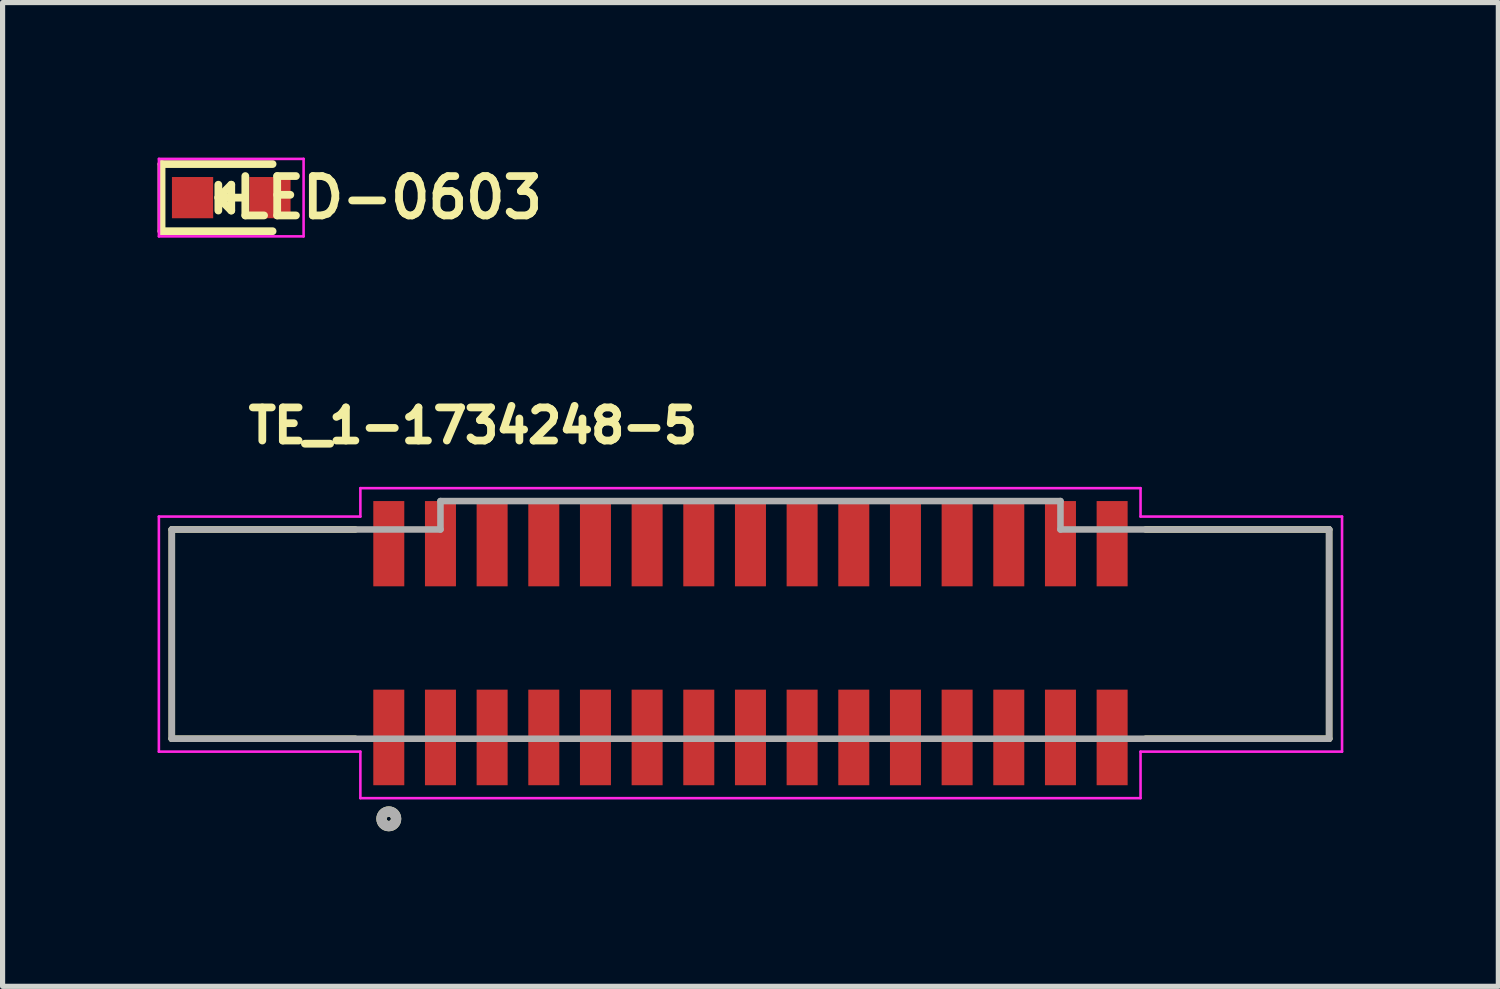
<source format=kicad_pcb>
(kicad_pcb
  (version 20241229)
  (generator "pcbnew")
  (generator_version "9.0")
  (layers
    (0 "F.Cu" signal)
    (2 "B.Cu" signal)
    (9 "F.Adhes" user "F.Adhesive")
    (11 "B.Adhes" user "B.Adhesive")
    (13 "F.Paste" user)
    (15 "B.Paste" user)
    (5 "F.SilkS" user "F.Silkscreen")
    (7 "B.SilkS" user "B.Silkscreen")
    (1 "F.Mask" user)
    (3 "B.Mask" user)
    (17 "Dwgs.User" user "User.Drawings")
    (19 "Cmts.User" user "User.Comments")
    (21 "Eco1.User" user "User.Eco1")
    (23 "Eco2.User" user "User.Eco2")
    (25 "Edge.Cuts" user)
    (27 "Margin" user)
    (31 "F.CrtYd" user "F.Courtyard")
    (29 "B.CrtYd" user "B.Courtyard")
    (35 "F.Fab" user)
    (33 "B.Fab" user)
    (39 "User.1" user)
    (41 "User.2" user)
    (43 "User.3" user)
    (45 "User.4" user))
  (footprint "TE_1-1734248-5"
    (layer "F.Cu")
    (at 11.475 9.198)
    (property "Reference" "TE_1-1734248-5" (at -5.373 -4.01 0) (layer "F.SilkS") (effects (font (size 0.641 0.641) (thickness 0.15))))
    (attr through_hole)
    (fp_line (start -11.2 -2) (end -7.65 -2) (stroke (width 0.127) (type solid)) (layer "F.SilkS"))
    (fp_line (start -11.2 2.05) (end -11.2 -2) (stroke (width 0.127) (type solid)) (layer "F.SilkS"))
    (fp_line (start -11.2 2.05) (end -7.65 2.05) (stroke (width 0.127) (type solid)) (layer "F.SilkS"))
    (fp_line (start 11.2 -2) (end 7.65 -2) (stroke (width 0.127) (type solid)) (layer "F.SilkS"))
    (fp_line (start 11.2 2.05) (end 7.65 2.05) (stroke (width 0.127) (type solid)) (layer "F.SilkS"))
    (fp_line (start 11.2 2.05) (end 11.2 -2) (stroke (width 0.127) (type solid)) (layer "F.SilkS"))
    (fp_circle (center -7 3.6) (end -6.859 3.6) (stroke (width 0.2) (type solid)) (fill no) (layer "F.SilkS"))
    (fp_line (start -11.45 -2.25) (end -7.55 -2.25) (stroke (width 0.05) (type solid)) (layer "F.CrtYd"))
    (fp_line (start -11.45 2.3) (end -11.45 -2.25) (stroke (width 0.05) (type solid)) (layer "F.CrtYd"))
    (fp_line (start -7.55 -2.8) (end 7.55 -2.8) (stroke (width 0.05) (type solid)) (layer "F.CrtYd"))
    (fp_line (start -7.55 -2.25) (end -7.55 -2.8) (stroke (width 0.05) (type solid)) (layer "F.CrtYd"))
    (fp_line (start -7.55 2.3) (end -11.45 2.3) (stroke (width 0.05) (type solid)) (layer "F.CrtYd"))
    (fp_line (start -7.55 3.2) (end -7.55 2.3) (stroke (width 0.05) (type solid)) (layer "F.CrtYd"))
    (fp_line (start 7.55 -2.8) (end 7.55 -2.25) (stroke (width 0.05) (type solid)) (layer "F.CrtYd"))
    (fp_line (start 7.55 -2.25) (end 11.45 -2.25) (stroke (width 0.05) (type solid)) (layer "F.CrtYd"))
    (fp_line (start 7.55 2.3) (end 7.55 3.2) (stroke (width 0.05) (type solid)) (layer "F.CrtYd"))
    (fp_line (start 7.55 3.2) (end -7.55 3.2) (stroke (width 0.05) (type solid)) (layer "F.CrtYd"))
    (fp_line (start 11.45 -2.25) (end 11.45 2.3) (stroke (width 0.05) (type solid)) (layer "F.CrtYd"))
    (fp_line (start 11.45 2.3) (end 7.55 2.3) (stroke (width 0.05) (type solid)) (layer "F.CrtYd"))
    (fp_line (start -11.2 -2) (end -6 -2) (stroke (width 0.127) (type solid)) (layer "F.Fab"))
    (fp_line (start -11.2 2.05) (end -11.2 -2) (stroke (width 0.127) (type solid)) (layer "F.Fab"))
    (fp_line (start -6 -2.55) (end 6 -2.55) (stroke (width 0.127) (type solid)) (layer "F.Fab"))
    (fp_line (start -6 -2) (end -6 -2.55) (stroke (width 0.127) (type solid)) (layer "F.Fab"))
    (fp_line (start 6 -2) (end 6 -2.55) (stroke (width 0.127) (type solid)) (layer "F.Fab"))
    (fp_line (start 11.2 -2) (end 6 -2) (stroke (width 0.127) (type solid)) (layer "F.Fab"))
    (fp_line (start 11.2 2.05) (end -11.2 2.05) (stroke (width 0.127) (type solid)) (layer "F.Fab"))
    (fp_line (start 11.2 2.05) (end 11.2 -2) (stroke (width 0.127) (type solid)) (layer "F.Fab"))
    (fp_circle (center -7 3.6) (end -6.859 3.6) (stroke (width 0.2) (type solid)) (fill no) (layer "F.Fab"))
    (pad "1" smd rect (at -7 2.025) (size 0.6 1.85) (layers "F.Cu" "F.Mask" "F.Paste"))
    (pad "1_1" smd rect (at -7 -1.725) (size 0.6 1.65) (layers "F.Cu" "F.Mask" "F.Paste"))
    (pad "2" smd rect (at -6 2.025) (size 0.6 1.85) (layers "F.Cu" "F.Mask" "F.Paste"))
    (pad "2_1" smd rect (at -6 -1.725) (size 0.6 1.65) (layers "F.Cu" "F.Mask" "F.Paste"))
    (pad "3" smd rect (at -5 2.025) (size 0.6 1.85) (layers "F.Cu" "F.Mask" "F.Paste"))
    (pad "3_1" smd rect (at -5 -1.725) (size 0.6 1.65) (layers "F.Cu" "F.Mask" "F.Paste"))
    (pad "4" smd rect (at -4 2.025) (size 0.6 1.85) (layers "F.Cu" "F.Mask" "F.Paste"))
    (pad "4_1" smd rect (at -4 -1.725) (size 0.6 1.65) (layers "F.Cu" "F.Mask" "F.Paste"))
    (pad "5" smd rect (at -3 2.025) (size 0.6 1.85) (layers "F.Cu" "F.Mask" "F.Paste"))
    (pad "5_1" smd rect (at -3 -1.725) (size 0.6 1.65) (layers "F.Cu" "F.Mask" "F.Paste"))
    (pad "6" smd rect (at -2 2.025) (size 0.6 1.85) (layers "F.Cu" "F.Mask" "F.Paste"))
    (pad "6_1" smd rect (at -2 -1.725) (size 0.6 1.65) (layers "F.Cu" "F.Mask" "F.Paste"))
    (pad "7" smd rect (at -1 2.025) (size 0.6 1.85) (layers "F.Cu" "F.Mask" "F.Paste"))
    (pad "7_1" smd rect (at -1 -1.725) (size 0.6 1.65) (layers "F.Cu" "F.Mask" "F.Paste"))
    (pad "8" smd rect (at 0 2.025) (size 0.6 1.85) (layers "F.Cu" "F.Mask" "F.Paste"))
    (pad "8_1" smd rect (at 0 -1.725) (size 0.6 1.65) (layers "F.Cu" "F.Mask" "F.Paste"))
    (pad "9" smd rect (at 1 2.025) (size 0.6 1.85) (layers "F.Cu" "F.Mask" "F.Paste"))
    (pad "9_1" smd rect (at 1 -1.725) (size 0.6 1.65) (layers "F.Cu" "F.Mask" "F.Paste"))
    (pad "10" smd rect (at 2 2.025) (size 0.6 1.85) (layers "F.Cu" "F.Mask" "F.Paste"))
    (pad "10_1" smd rect (at 2 -1.725) (size 0.6 1.65) (layers "F.Cu" "F.Mask" "F.Paste"))
    (pad "11" smd rect (at 3 2.025) (size 0.6 1.85) (layers "F.Cu" "F.Mask" "F.Paste"))
    (pad "11_1" smd rect (at 3 -1.725) (size 0.6 1.65) (layers "F.Cu" "F.Mask" "F.Paste"))
    (pad "12" smd rect (at 4 2.025) (size 0.6 1.85) (layers "F.Cu" "F.Mask" "F.Paste"))
    (pad "12_1" smd rect (at 4 -1.725) (size 0.6 1.65) (layers "F.Cu" "F.Mask" "F.Paste"))
    (pad "13" smd rect (at 5 2.025) (size 0.6 1.85) (layers "F.Cu" "F.Mask" "F.Paste"))
    (pad "13_1" smd rect (at 5 -1.725) (size 0.6 1.65) (layers "F.Cu" "F.Mask" "F.Paste"))
    (pad "14" smd rect (at 6 2.025) (size 0.6 1.85) (layers "F.Cu" "F.Mask" "F.Paste"))
    (pad "14_1" smd rect (at 6 -1.725) (size 0.6 1.65) (layers "F.Cu" "F.Mask" "F.Paste"))
    (pad "15" smd rect (at 7 2.025) (size 0.6 1.85) (layers "F.Cu" "F.Mask" "F.Paste"))
    (pad "15_1" smd rect (at 7 -1.725) (size 0.6 1.65) (layers "F.Cu" "F.Mask" "F.Paste")))
  (footprint "LED-0603"
    (layer "F.Cu")
    (at 1.426 0.775)
    (property "Reference" "LED-0603" (at 3.048 0 0) (layer "F.SilkS") (effects (font (size 0.762 0.762) (thickness 0.15))))
    (attr smd)
    (fp_line (start -1.35 -0.65) (end 0.8 -0.65) (stroke (width 0.15) (type solid)) (layer "F.SilkS"))
    (fp_line (start -1.35 0.65) (end -1.35 -0.65) (stroke (width 0.152) (type solid)) (layer "F.SilkS"))
    (fp_line (start -1.35 0.65) (end 0.8 0.65) (stroke (width 0.15) (type solid)) (layer "F.SilkS"))
    (fp_line (start -0.25 -0.25) (end -0.25 0.25) (stroke (width 0.15) (type solid)) (layer "F.SilkS"))
    (fp_line (start -0.25 0) (end 0 -0.25) (stroke (width 0.15) (type solid)) (layer "F.SilkS"))
    (fp_line (start -0.2 0) (end 0.25 0) (stroke (width 0.15) (type solid)) (layer "F.SilkS"))
    (fp_line (start 0 -0.25) (end 0 0.25) (stroke (width 0.15) (type solid)) (layer "F.SilkS"))
    (fp_line (start 0 0.25) (end -0.25 0) (stroke (width 0.15) (type solid)) (layer "F.SilkS"))
    (fp_line (start -1.4 -0.75) (end 1.4 -0.75) (stroke (width 0.05) (type solid)) (layer "F.CrtYd"))
    (fp_line (start -1.4 0.75) (end -1.4 -0.75) (stroke (width 0.05) (type solid)) (layer "F.CrtYd"))
    (fp_line (start 1.4 -0.75) (end 1.4 0.75) (stroke (width 0.05) (type solid)) (layer "F.CrtYd"))
    (fp_line (start 1.4 0.75) (end -1.4 0.75) (stroke (width 0.05) (type solid)) (layer "F.CrtYd"))
    (pad "1" smd rect (at -0.749 0 180) (size 0.798 0.798) (layers "F.Cu" "F.Mask" "F.Paste"))
    (pad "2" smd rect (at 0.749 0 180) (size 0.798 0.798) (layers "F.Cu" "F.Mask" "F.Paste")))
  (gr_rect
    (start -3 -3)
    (end 25.95 16.04)
    (stroke (width 0.1) (type default))
    (fill no)
    (layer "Edge.Cuts")))
</source>
